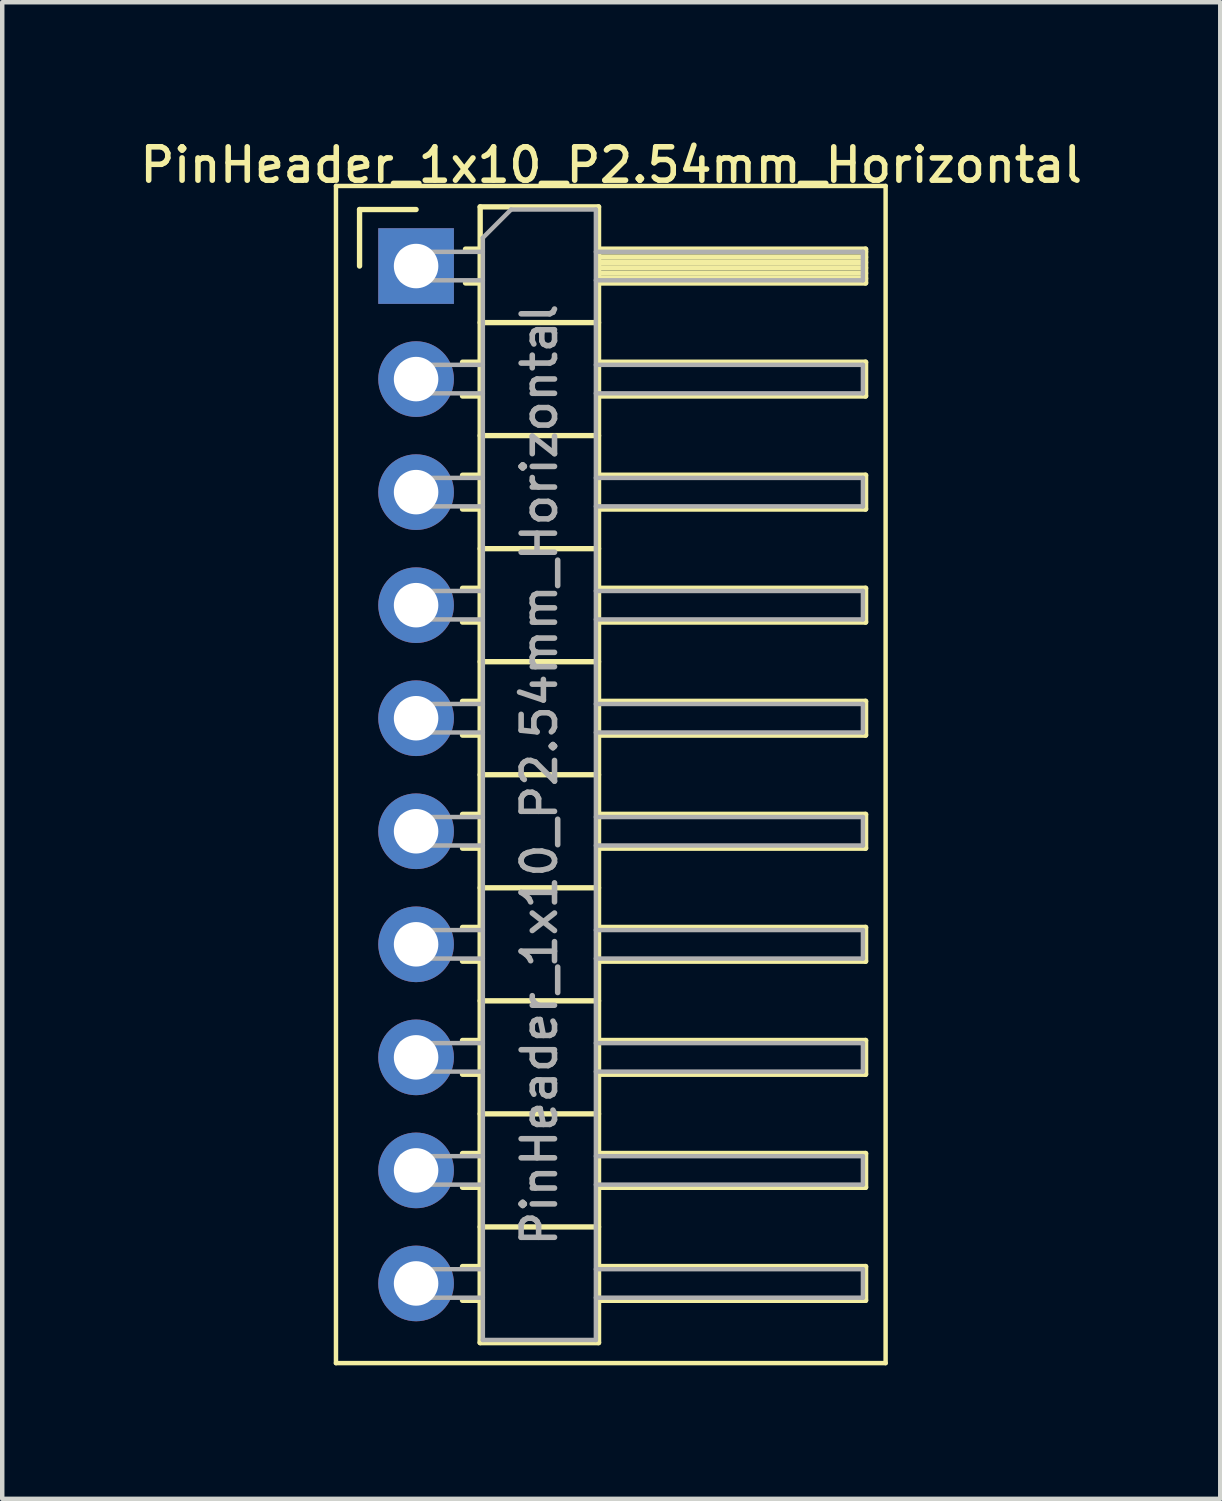
<source format=kicad_pcb>
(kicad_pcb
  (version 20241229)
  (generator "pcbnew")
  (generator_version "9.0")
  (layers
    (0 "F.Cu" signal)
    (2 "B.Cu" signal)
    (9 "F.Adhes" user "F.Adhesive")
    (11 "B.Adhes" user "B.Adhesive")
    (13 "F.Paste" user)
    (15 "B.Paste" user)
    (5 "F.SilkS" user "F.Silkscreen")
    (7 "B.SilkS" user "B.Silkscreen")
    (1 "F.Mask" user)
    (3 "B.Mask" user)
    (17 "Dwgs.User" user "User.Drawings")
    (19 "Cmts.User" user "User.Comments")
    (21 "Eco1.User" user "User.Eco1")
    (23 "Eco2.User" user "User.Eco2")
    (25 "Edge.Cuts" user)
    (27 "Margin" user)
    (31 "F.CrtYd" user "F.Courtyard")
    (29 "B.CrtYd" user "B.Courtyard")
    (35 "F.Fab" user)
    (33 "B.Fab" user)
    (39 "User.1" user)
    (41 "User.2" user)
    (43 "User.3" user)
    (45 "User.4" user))
  (footprint "PinHeader_1x10_P2.54mm_Horizontal"
    (layer "F.Cu")
    (at 6.299 2.928)
    (property "Reference" "PinHeader_1x10_P2.54mm_Horizontal" (at 4.385 -2.27 0) (layer "F.SilkS") (effects (font (size 0.75 0.75) (thickness 0.125))))
    (attr through_hole)
    (fp_line (start -1.8 -1.8) (end -1.8 24.65) (stroke (width 0.1) (type solid)) (layer "F.SilkS"))
    (fp_line (start -1.8 24.65) (end 10.55 24.65) (stroke (width 0.1) (type solid)) (layer "F.SilkS"))
    (fp_line (start -1.27 -1.27) (end 0 -1.27) (stroke (width 0.12) (type solid)) (layer "F.SilkS"))
    (fp_line (start -1.27 0) (end -1.27 -1.27) (stroke (width 0.12) (type solid)) (layer "F.SilkS"))
    (fp_line (start 1.043 2.16) (end 1.44 2.16) (stroke (width 0.12) (type solid)) (layer "F.SilkS"))
    (fp_line (start 1.043 2.92) (end 1.44 2.92) (stroke (width 0.12) (type solid)) (layer "F.SilkS"))
    (fp_line (start 1.043 4.7) (end 1.44 4.7) (stroke (width 0.12) (type solid)) (layer "F.SilkS"))
    (fp_line (start 1.043 5.46) (end 1.44 5.46) (stroke (width 0.12) (type solid)) (layer "F.SilkS"))
    (fp_line (start 1.043 7.24) (end 1.44 7.24) (stroke (width 0.12) (type solid)) (layer "F.SilkS"))
    (fp_line (start 1.043 8) (end 1.44 8) (stroke (width 0.12) (type solid)) (layer "F.SilkS"))
    (fp_line (start 1.043 9.78) (end 1.44 9.78) (stroke (width 0.12) (type solid)) (layer "F.SilkS"))
    (fp_line (start 1.043 10.54) (end 1.44 10.54) (stroke (width 0.12) (type solid)) (layer "F.SilkS"))
    (fp_line (start 1.043 12.32) (end 1.44 12.32) (stroke (width 0.12) (type solid)) (layer "F.SilkS"))
    (fp_line (start 1.043 13.08) (end 1.44 13.08) (stroke (width 0.12) (type solid)) (layer "F.SilkS"))
    (fp_line (start 1.043 14.86) (end 1.44 14.86) (stroke (width 0.12) (type solid)) (layer "F.SilkS"))
    (fp_line (start 1.043 15.62) (end 1.44 15.62) (stroke (width 0.12) (type solid)) (layer "F.SilkS"))
    (fp_line (start 1.043 17.4) (end 1.44 17.4) (stroke (width 0.12) (type solid)) (layer "F.SilkS"))
    (fp_line (start 1.043 18.16) (end 1.44 18.16) (stroke (width 0.12) (type solid)) (layer "F.SilkS"))
    (fp_line (start 1.043 19.94) (end 1.44 19.94) (stroke (width 0.12) (type solid)) (layer "F.SilkS"))
    (fp_line (start 1.043 20.7) (end 1.44 20.7) (stroke (width 0.12) (type solid)) (layer "F.SilkS"))
    (fp_line (start 1.043 22.48) (end 1.44 22.48) (stroke (width 0.12) (type solid)) (layer "F.SilkS"))
    (fp_line (start 1.043 23.24) (end 1.44 23.24) (stroke (width 0.12) (type solid)) (layer "F.SilkS"))
    (fp_line (start 1.11 -0.38) (end 1.44 -0.38) (stroke (width 0.12) (type solid)) (layer "F.SilkS"))
    (fp_line (start 1.11 0.38) (end 1.44 0.38) (stroke (width 0.12) (type solid)) (layer "F.SilkS"))
    (fp_line (start 1.44 -1.33) (end 1.44 24.19) (stroke (width 0.12) (type solid)) (layer "F.SilkS"))
    (fp_line (start 1.44 1.27) (end 4.1 1.27) (stroke (width 0.12) (type solid)) (layer "F.SilkS"))
    (fp_line (start 1.44 3.81) (end 4.1 3.81) (stroke (width 0.12) (type solid)) (layer "F.SilkS"))
    (fp_line (start 1.44 6.35) (end 4.1 6.35) (stroke (width 0.12) (type solid)) (layer "F.SilkS"))
    (fp_line (start 1.44 8.89) (end 4.1 8.89) (stroke (width 0.12) (type solid)) (layer "F.SilkS"))
    (fp_line (start 1.44 11.43) (end 4.1 11.43) (stroke (width 0.12) (type solid)) (layer "F.SilkS"))
    (fp_line (start 1.44 13.97) (end 4.1 13.97) (stroke (width 0.12) (type solid)) (layer "F.SilkS"))
    (fp_line (start 1.44 16.51) (end 4.1 16.51) (stroke (width 0.12) (type solid)) (layer "F.SilkS"))
    (fp_line (start 1.44 19.05) (end 4.1 19.05) (stroke (width 0.12) (type solid)) (layer "F.SilkS"))
    (fp_line (start 1.44 21.59) (end 4.1 21.59) (stroke (width 0.12) (type solid)) (layer "F.SilkS"))
    (fp_line (start 1.44 24.19) (end 4.1 24.19) (stroke (width 0.12) (type solid)) (layer "F.SilkS"))
    (fp_line (start 4.1 -1.33) (end 1.44 -1.33) (stroke (width 0.12) (type solid)) (layer "F.SilkS"))
    (fp_line (start 4.1 -0.38) (end 10.1 -0.38) (stroke (width 0.12) (type solid)) (layer "F.SilkS"))
    (fp_line (start 4.1 -0.32) (end 10.1 -0.32) (stroke (width 0.12) (type solid)) (layer "F.SilkS"))
    (fp_line (start 4.1 -0.2) (end 10.1 -0.2) (stroke (width 0.12) (type solid)) (layer "F.SilkS"))
    (fp_line (start 4.1 -0.08) (end 10.1 -0.08) (stroke (width 0.12) (type solid)) (layer "F.SilkS"))
    (fp_line (start 4.1 0.04) (end 10.1 0.04) (stroke (width 0.12) (type solid)) (layer "F.SilkS"))
    (fp_line (start 4.1 0.16) (end 10.1 0.16) (stroke (width 0.12) (type solid)) (layer "F.SilkS"))
    (fp_line (start 4.1 0.28) (end 10.1 0.28) (stroke (width 0.12) (type solid)) (layer "F.SilkS"))
    (fp_line (start 4.1 2.16) (end 10.1 2.16) (stroke (width 0.12) (type solid)) (layer "F.SilkS"))
    (fp_line (start 4.1 4.7) (end 10.1 4.7) (stroke (width 0.12) (type solid)) (layer "F.SilkS"))
    (fp_line (start 4.1 7.24) (end 10.1 7.24) (stroke (width 0.12) (type solid)) (layer "F.SilkS"))
    (fp_line (start 4.1 9.78) (end 10.1 9.78) (stroke (width 0.12) (type solid)) (layer "F.SilkS"))
    (fp_line (start 4.1 12.32) (end 10.1 12.32) (stroke (width 0.12) (type solid)) (layer "F.SilkS"))
    (fp_line (start 4.1 14.86) (end 10.1 14.86) (stroke (width 0.12) (type solid)) (layer "F.SilkS"))
    (fp_line (start 4.1 17.4) (end 10.1 17.4) (stroke (width 0.12) (type solid)) (layer "F.SilkS"))
    (fp_line (start 4.1 19.94) (end 10.1 19.94) (stroke (width 0.12) (type solid)) (layer "F.SilkS"))
    (fp_line (start 4.1 22.48) (end 10.1 22.48) (stroke (width 0.12) (type solid)) (layer "F.SilkS"))
    (fp_line (start 4.1 24.19) (end 4.1 -1.33) (stroke (width 0.12) (type solid)) (layer "F.SilkS"))
    (fp_line (start 10.1 -0.38) (end 10.1 0.38) (stroke (width 0.12) (type solid)) (layer "F.SilkS"))
    (fp_line (start 10.1 0.38) (end 4.1 0.38) (stroke (width 0.12) (type solid)) (layer "F.SilkS"))
    (fp_line (start 10.1 2.16) (end 10.1 2.92) (stroke (width 0.12) (type solid)) (layer "F.SilkS"))
    (fp_line (start 10.1 2.92) (end 4.1 2.92) (stroke (width 0.12) (type solid)) (layer "F.SilkS"))
    (fp_line (start 10.1 4.7) (end 10.1 5.46) (stroke (width 0.12) (type solid)) (layer "F.SilkS"))
    (fp_line (start 10.1 5.46) (end 4.1 5.46) (stroke (width 0.12) (type solid)) (layer "F.SilkS"))
    (fp_line (start 10.1 7.24) (end 10.1 8) (stroke (width 0.12) (type solid)) (layer "F.SilkS"))
    (fp_line (start 10.1 8) (end 4.1 8) (stroke (width 0.12) (type solid)) (layer "F.SilkS"))
    (fp_line (start 10.1 9.78) (end 10.1 10.54) (stroke (width 0.12) (type solid)) (layer "F.SilkS"))
    (fp_line (start 10.1 10.54) (end 4.1 10.54) (stroke (width 0.12) (type solid)) (layer "F.SilkS"))
    (fp_line (start 10.1 12.32) (end 10.1 13.08) (stroke (width 0.12) (type solid)) (layer "F.SilkS"))
    (fp_line (start 10.1 13.08) (end 4.1 13.08) (stroke (width 0.12) (type solid)) (layer "F.SilkS"))
    (fp_line (start 10.1 14.86) (end 10.1 15.62) (stroke (width 0.12) (type solid)) (layer "F.SilkS"))
    (fp_line (start 10.1 15.62) (end 4.1 15.62) (stroke (width 0.12) (type solid)) (layer "F.SilkS"))
    (fp_line (start 10.1 17.4) (end 10.1 18.16) (stroke (width 0.12) (type solid)) (layer "F.SilkS"))
    (fp_line (start 10.1 18.16) (end 4.1 18.16) (stroke (width 0.12) (type solid)) (layer "F.SilkS"))
    (fp_line (start 10.1 19.94) (end 10.1 20.7) (stroke (width 0.12) (type solid)) (layer "F.SilkS"))
    (fp_line (start 10.1 20.7) (end 4.1 20.7) (stroke (width 0.12) (type solid)) (layer "F.SilkS"))
    (fp_line (start 10.1 22.48) (end 10.1 23.24) (stroke (width 0.12) (type solid)) (layer "F.SilkS"))
    (fp_line (start 10.1 23.24) (end 4.1 23.24) (stroke (width 0.12) (type solid)) (layer "F.SilkS"))
    (fp_line (start 10.55 -1.8) (end -1.8 -1.8) (stroke (width 0.1) (type solid)) (layer "F.SilkS"))
    (fp_line (start 10.55 24.65) (end 10.55 -1.8) (stroke (width 0.1) (type solid)) (layer "F.SilkS"))
    (fp_line (start -0.32 -0.32) (end -0.32 0.32) (stroke (width 0.1) (type solid)) (layer "F.Fab"))
    (fp_line (start -0.32 -0.32) (end 1.5 -0.32) (stroke (width 0.1) (type solid)) (layer "F.Fab"))
    (fp_line (start -0.32 0.32) (end 1.5 0.32) (stroke (width 0.1) (type solid)) (layer "F.Fab"))
    (fp_line (start -0.32 2.22) (end -0.32 2.86) (stroke (width 0.1) (type solid)) (layer "F.Fab"))
    (fp_line (start -0.32 2.22) (end 1.5 2.22) (stroke (width 0.1) (type solid)) (layer "F.Fab"))
    (fp_line (start -0.32 2.86) (end 1.5 2.86) (stroke (width 0.1) (type solid)) (layer "F.Fab"))
    (fp_line (start -0.32 4.76) (end -0.32 5.4) (stroke (width 0.1) (type solid)) (layer "F.Fab"))
    (fp_line (start -0.32 4.76) (end 1.5 4.76) (stroke (width 0.1) (type solid)) (layer "F.Fab"))
    (fp_line (start -0.32 5.4) (end 1.5 5.4) (stroke (width 0.1) (type solid)) (layer "F.Fab"))
    (fp_line (start -0.32 7.3) (end -0.32 7.94) (stroke (width 0.1) (type solid)) (layer "F.Fab"))
    (fp_line (start -0.32 7.3) (end 1.5 7.3) (stroke (width 0.1) (type solid)) (layer "F.Fab"))
    (fp_line (start -0.32 7.94) (end 1.5 7.94) (stroke (width 0.1) (type solid)) (layer "F.Fab"))
    (fp_line (start -0.32 9.84) (end -0.32 10.48) (stroke (width 0.1) (type solid)) (layer "F.Fab"))
    (fp_line (start -0.32 9.84) (end 1.5 9.84) (stroke (width 0.1) (type solid)) (layer "F.Fab"))
    (fp_line (start -0.32 10.48) (end 1.5 10.48) (stroke (width 0.1) (type solid)) (layer "F.Fab"))
    (fp_line (start -0.32 12.38) (end -0.32 13.02) (stroke (width 0.1) (type solid)) (layer "F.Fab"))
    (fp_line (start -0.32 12.38) (end 1.5 12.38) (stroke (width 0.1) (type solid)) (layer "F.Fab"))
    (fp_line (start -0.32 13.02) (end 1.5 13.02) (stroke (width 0.1) (type solid)) (layer "F.Fab"))
    (fp_line (start -0.32 14.92) (end -0.32 15.56) (stroke (width 0.1) (type solid)) (layer "F.Fab"))
    (fp_line (start -0.32 14.92) (end 1.5 14.92) (stroke (width 0.1) (type solid)) (layer "F.Fab"))
    (fp_line (start -0.32 15.56) (end 1.5 15.56) (stroke (width 0.1) (type solid)) (layer "F.Fab"))
    (fp_line (start -0.32 17.46) (end -0.32 18.1) (stroke (width 0.1) (type solid)) (layer "F.Fab"))
    (fp_line (start -0.32 17.46) (end 1.5 17.46) (stroke (width 0.1) (type solid)) (layer "F.Fab"))
    (fp_line (start -0.32 18.1) (end 1.5 18.1) (stroke (width 0.1) (type solid)) (layer "F.Fab"))
    (fp_line (start -0.32 20) (end -0.32 20.64) (stroke (width 0.1) (type solid)) (layer "F.Fab"))
    (fp_line (start -0.32 20) (end 1.5 20) (stroke (width 0.1) (type solid)) (layer "F.Fab"))
    (fp_line (start -0.32 20.64) (end 1.5 20.64) (stroke (width 0.1) (type solid)) (layer "F.Fab"))
    (fp_line (start -0.32 22.54) (end -0.32 23.18) (stroke (width 0.1) (type solid)) (layer "F.Fab"))
    (fp_line (start -0.32 22.54) (end 1.5 22.54) (stroke (width 0.1) (type solid)) (layer "F.Fab"))
    (fp_line (start -0.32 23.18) (end 1.5 23.18) (stroke (width 0.1) (type solid)) (layer "F.Fab"))
    (fp_line (start 1.5 -0.635) (end 2.135 -1.27) (stroke (width 0.1) (type solid)) (layer "F.Fab"))
    (fp_line (start 1.5 24.13) (end 1.5 -0.635) (stroke (width 0.1) (type solid)) (layer "F.Fab"))
    (fp_line (start 2.135 -1.27) (end 4.04 -1.27) (stroke (width 0.1) (type solid)) (layer "F.Fab"))
    (fp_line (start 4.04 -1.27) (end 4.04 24.13) (stroke (width 0.1) (type solid)) (layer "F.Fab"))
    (fp_line (start 4.04 -0.32) (end 10.04 -0.32) (stroke (width 0.1) (type solid)) (layer "F.Fab"))
    (fp_line (start 4.04 0.32) (end 10.04 0.32) (stroke (width 0.1) (type solid)) (layer "F.Fab"))
    (fp_line (start 4.04 2.22) (end 10.04 2.22) (stroke (width 0.1) (type solid)) (layer "F.Fab"))
    (fp_line (start 4.04 2.86) (end 10.04 2.86) (stroke (width 0.1) (type solid)) (layer "F.Fab"))
    (fp_line (start 4.04 4.76) (end 10.04 4.76) (stroke (width 0.1) (type solid)) (layer "F.Fab"))
    (fp_line (start 4.04 5.4) (end 10.04 5.4) (stroke (width 0.1) (type solid)) (layer "F.Fab"))
    (fp_line (start 4.04 7.3) (end 10.04 7.3) (stroke (width 0.1) (type solid)) (layer "F.Fab"))
    (fp_line (start 4.04 7.94) (end 10.04 7.94) (stroke (width 0.1) (type solid)) (layer "F.Fab"))
    (fp_line (start 4.04 9.84) (end 10.04 9.84) (stroke (width 0.1) (type solid)) (layer "F.Fab"))
    (fp_line (start 4.04 10.48) (end 10.04 10.48) (stroke (width 0.1) (type solid)) (layer "F.Fab"))
    (fp_line (start 4.04 12.38) (end 10.04 12.38) (stroke (width 0.1) (type solid)) (layer "F.Fab"))
    (fp_line (start 4.04 13.02) (end 10.04 13.02) (stroke (width 0.1) (type solid)) (layer "F.Fab"))
    (fp_line (start 4.04 14.92) (end 10.04 14.92) (stroke (width 0.1) (type solid)) (layer "F.Fab"))
    (fp_line (start 4.04 15.56) (end 10.04 15.56) (stroke (width 0.1) (type solid)) (layer "F.Fab"))
    (fp_line (start 4.04 17.46) (end 10.04 17.46) (stroke (width 0.1) (type solid)) (layer "F.Fab"))
    (fp_line (start 4.04 18.1) (end 10.04 18.1) (stroke (width 0.1) (type solid)) (layer "F.Fab"))
    (fp_line (start 4.04 20) (end 10.04 20) (stroke (width 0.1) (type solid)) (layer "F.Fab"))
    (fp_line (start 4.04 20.64) (end 10.04 20.64) (stroke (width 0.1) (type solid)) (layer "F.Fab"))
    (fp_line (start 4.04 22.54) (end 10.04 22.54) (stroke (width 0.1) (type solid)) (layer "F.Fab"))
    (fp_line (start 4.04 23.18) (end 10.04 23.18) (stroke (width 0.1) (type solid)) (layer "F.Fab"))
    (fp_line (start 4.04 24.13) (end 1.5 24.13) (stroke (width 0.1) (type solid)) (layer "F.Fab"))
    (fp_line (start 10.04 -0.32) (end 10.04 0.32) (stroke (width 0.1) (type solid)) (layer "F.Fab"))
    (fp_line (start 10.04 2.22) (end 10.04 2.86) (stroke (width 0.1) (type solid)) (layer "F.Fab"))
    (fp_line (start 10.04 4.76) (end 10.04 5.4) (stroke (width 0.1) (type solid)) (layer "F.Fab"))
    (fp_line (start 10.04 7.3) (end 10.04 7.94) (stroke (width 0.1) (type solid)) (layer "F.Fab"))
    (fp_line (start 10.04 9.84) (end 10.04 10.48) (stroke (width 0.1) (type solid)) (layer "F.Fab"))
    (fp_line (start 10.04 12.38) (end 10.04 13.02) (stroke (width 0.1) (type solid)) (layer "F.Fab"))
    (fp_line (start 10.04 14.92) (end 10.04 15.56) (stroke (width 0.1) (type solid)) (layer "F.Fab"))
    (fp_line (start 10.04 17.46) (end 10.04 18.1) (stroke (width 0.1) (type solid)) (layer "F.Fab"))
    (fp_line (start 10.04 20) (end 10.04 20.64) (stroke (width 0.1) (type solid)) (layer "F.Fab"))
    (fp_line (start 10.04 22.54) (end 10.04 23.18) (stroke (width 0.1) (type solid)) (layer "F.Fab"))
    (fp_text user "${REFERENCE}" (at 2.77 11.43 90) (layer "F.Fab") (effects (font (size 0.75 0.75) (thickness 0.125))))
    (pad "1" thru_hole rect (at 0 0) (size 1.7 1.7) (drill 1) (layers "*.Cu" "*.Mask"))
    (pad "2" thru_hole oval (at 0 2.54) (size 1.7 1.7) (drill 1) (layers "*.Cu" "*.Mask"))
    (pad "3" thru_hole oval (at 0 5.08) (size 1.7 1.7) (drill 1) (layers "*.Cu" "*.Mask"))
    (pad "4" thru_hole oval (at 0 7.62) (size 1.7 1.7) (drill 1) (layers "*.Cu" "*.Mask"))
    (pad "5" thru_hole oval (at 0 10.16) (size 1.7 1.7) (drill 1) (layers "*.Cu" "*.Mask"))
    (pad "6" thru_hole oval (at 0 12.7) (size 1.7 1.7) (drill 1) (layers "*.Cu" "*.Mask"))
    (pad "7" thru_hole oval (at 0 15.24) (size 1.7 1.7) (drill 1) (layers "*.Cu" "*.Mask"))
    (pad "8" thru_hole oval (at 0 17.78) (size 1.7 1.7) (drill 1) (layers "*.Cu" "*.Mask"))
    (pad "9" thru_hole oval (at 0 20.32) (size 1.7 1.7) (drill 1) (layers "*.Cu" "*.Mask"))
    (pad "10" thru_hole oval (at 0 22.86) (size 1.7 1.7) (drill 1) (layers "*.Cu" "*.Mask")))
  (gr_rect
    (start -3 -3)
    (end 24.368 30.628)
    (stroke (width 0.1) (type default))
    (fill no)
    (layer "Edge.Cuts")))
</source>
